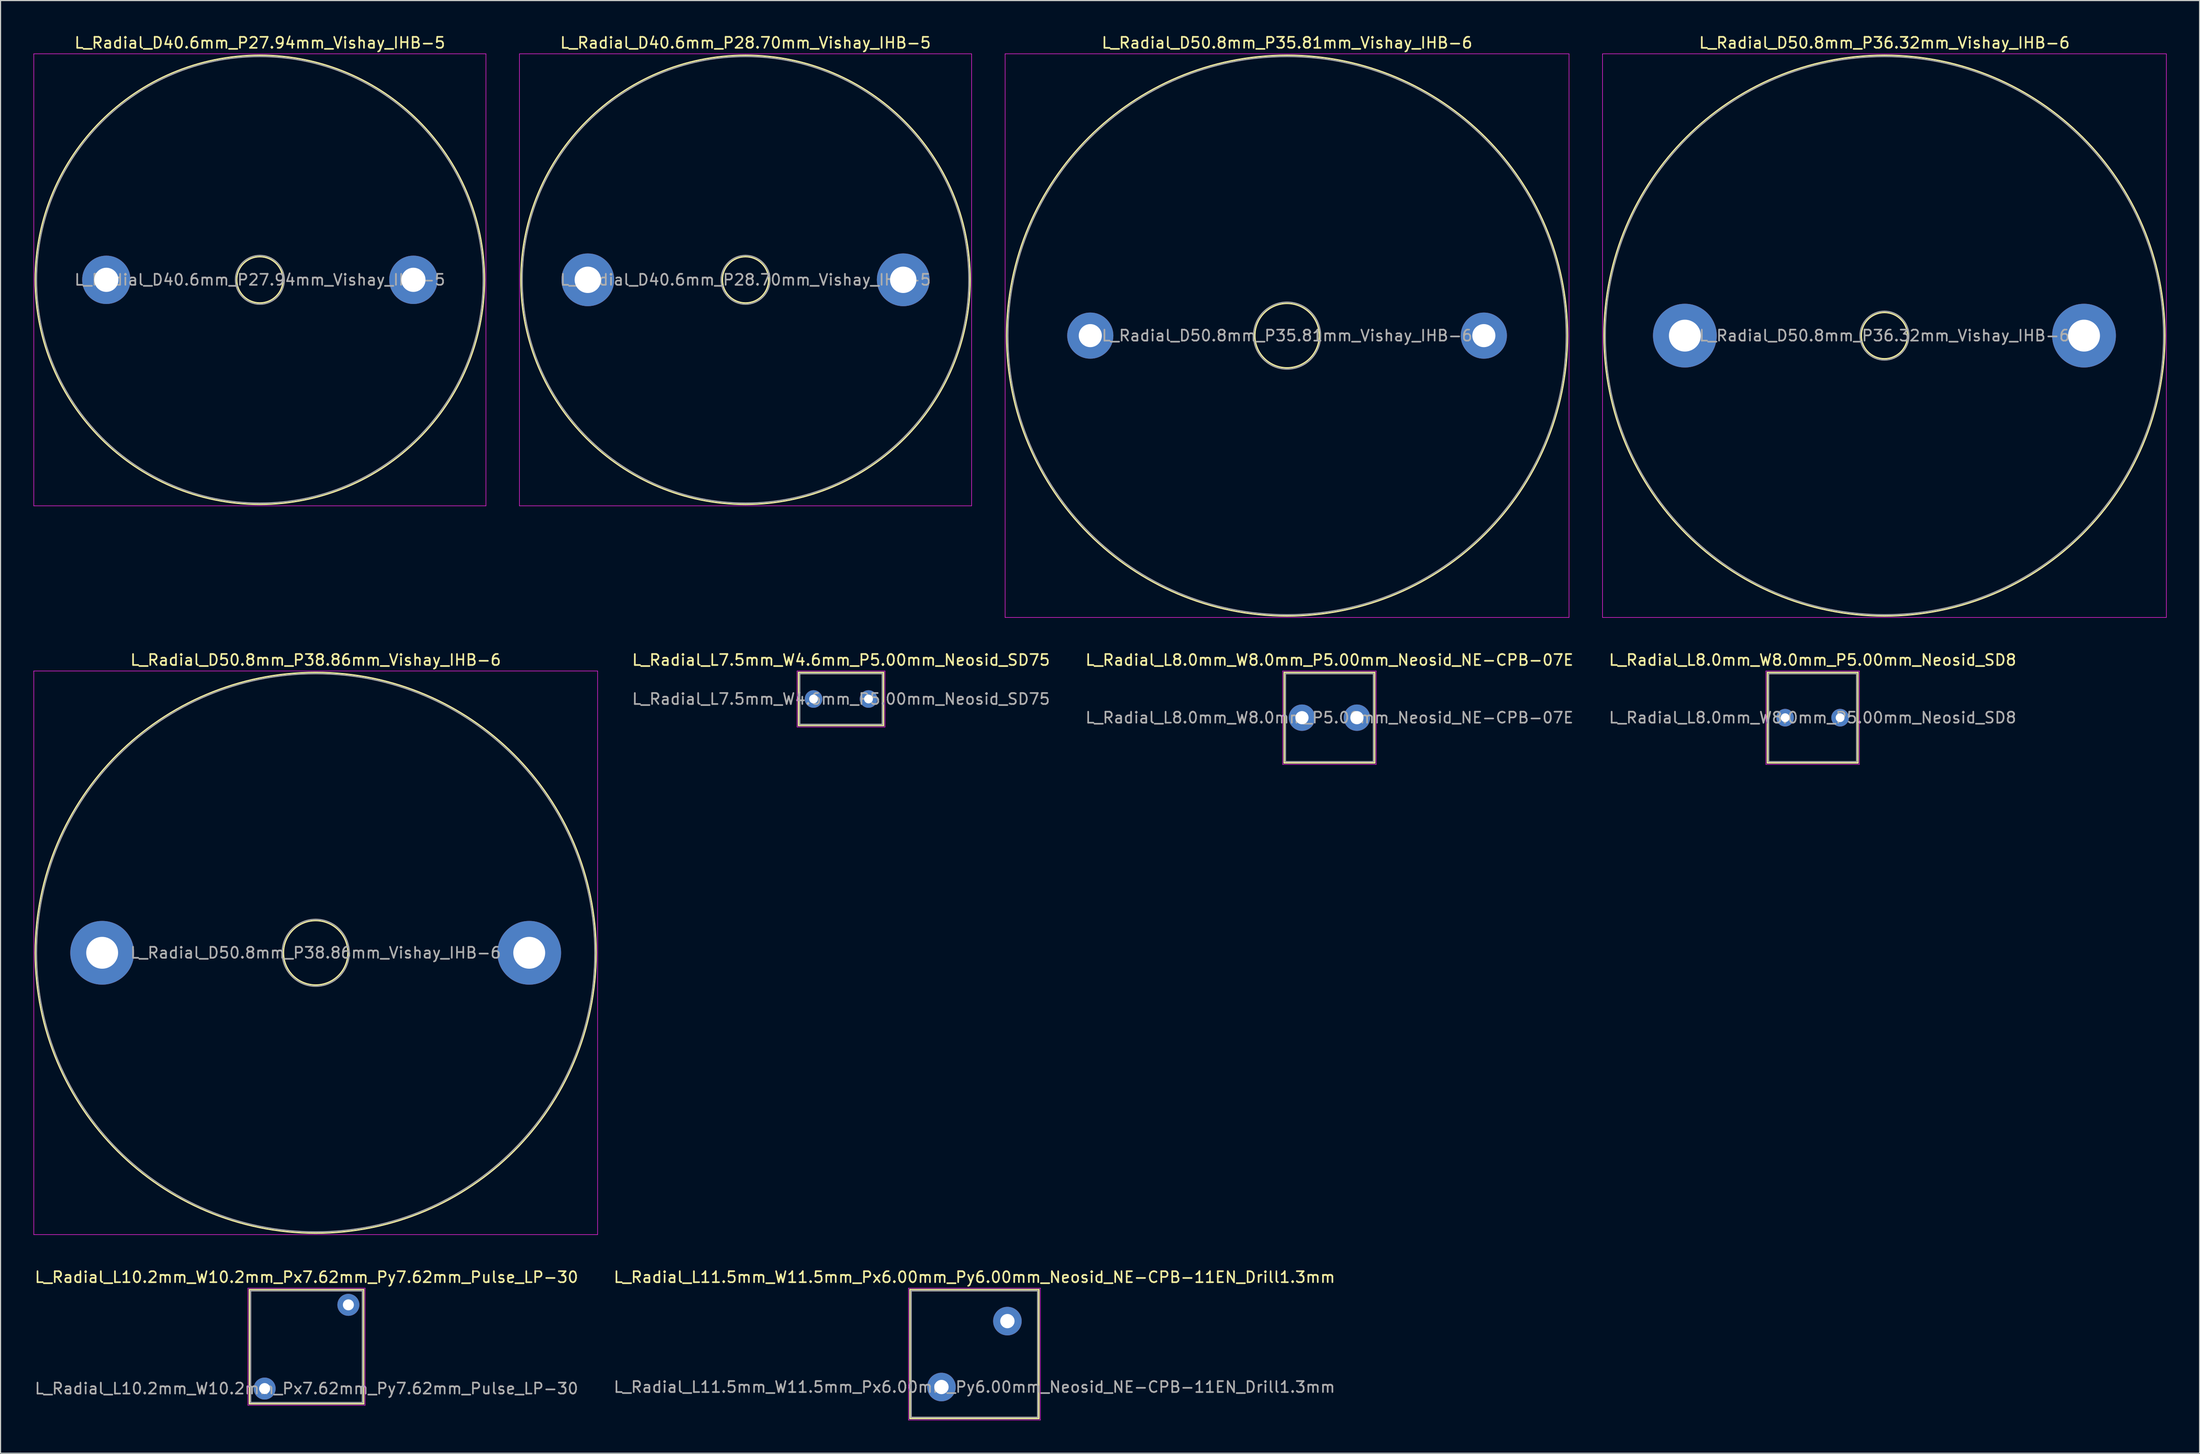
<source format=kicad_pcb>
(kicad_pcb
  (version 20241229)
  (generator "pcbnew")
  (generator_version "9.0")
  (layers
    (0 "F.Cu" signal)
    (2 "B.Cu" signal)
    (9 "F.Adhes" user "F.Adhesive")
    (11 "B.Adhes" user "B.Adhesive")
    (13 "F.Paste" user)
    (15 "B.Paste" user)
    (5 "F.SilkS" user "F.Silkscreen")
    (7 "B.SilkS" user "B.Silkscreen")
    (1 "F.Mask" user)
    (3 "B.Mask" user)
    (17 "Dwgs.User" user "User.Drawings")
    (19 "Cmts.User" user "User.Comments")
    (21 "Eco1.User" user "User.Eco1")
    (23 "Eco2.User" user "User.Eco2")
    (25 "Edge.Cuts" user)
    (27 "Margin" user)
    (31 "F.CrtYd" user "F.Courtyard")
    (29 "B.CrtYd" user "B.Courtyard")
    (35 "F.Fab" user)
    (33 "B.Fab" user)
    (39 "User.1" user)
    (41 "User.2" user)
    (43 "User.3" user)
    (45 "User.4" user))
  (footprint "L_Radial_L8.0mm_W8.0mm_P5.00mm_Neosid_SD8"
    (layer "F.Cu")
    (at 159.38 62.272)
    (property "Reference" "L_Radial_L8.0mm_W8.0mm_P5.00mm_Neosid_SD8" (at 2.5 -5.25 0) (layer "F.SilkS") (effects (font (size 1 1) (thickness 0.15))))
    (attr through_hole)
    (fp_line (start -1.62 -4.12) (end -1.62 4.12) (stroke (width 0.12) (type solid)) (layer "F.SilkS"))
    (fp_line (start -1.62 -4.12) (end 6.62 -4.12) (stroke (width 0.12) (type solid)) (layer "F.SilkS"))
    (fp_line (start -1.62 4.12) (end 6.62 4.12) (stroke (width 0.12) (type solid)) (layer "F.SilkS"))
    (fp_line (start 6.62 -4.12) (end 6.62 4.12) (stroke (width 0.12) (type solid)) (layer "F.SilkS"))
    (fp_line (start -1.75 -4.25) (end -1.75 4.25) (stroke (width 0.05) (type solid)) (layer "F.CrtYd"))
    (fp_line (start -1.75 4.25) (end 6.75 4.25) (stroke (width 0.05) (type solid)) (layer "F.CrtYd"))
    (fp_line (start 6.75 -4.25) (end -1.75 -4.25) (stroke (width 0.05) (type solid)) (layer "F.CrtYd"))
    (fp_line (start 6.75 4.25) (end 6.75 -4.25) (stroke (width 0.05) (type solid)) (layer "F.CrtYd"))
    (fp_line (start -1.5 -4) (end -1.5 4) (stroke (width 0.1) (type solid)) (layer "F.Fab"))
    (fp_line (start -1.5 4) (end 6.5 4) (stroke (width 0.1) (type solid)) (layer "F.Fab"))
    (fp_line (start 6.5 -4) (end -1.5 -4) (stroke (width 0.1) (type solid)) (layer "F.Fab"))
    (fp_line (start 6.5 4) (end 6.5 -4) (stroke (width 0.1) (type solid)) (layer "F.Fab"))
    (fp_text user "${REFERENCE}" (at 2.5 0 0) (layer "F.Fab") (effects (font (size 1 1) (thickness 0.15))))
    (pad "1" thru_hole circle (at 0 0) (size 1.6 1.6) (drill 0.8) (layers "*.Cu" "*.Mask"))
    (pad "2" thru_hole circle (at 5 0) (size 1.6 1.6) (drill 0.8) (layers "*.Cu" "*.Mask")))
  (footprint "L_Radial_L7.5mm_W4.6mm_P5.00mm_Neosid_SD75"
    (layer "F.Cu")
    (at 70.975 60.572)
    (property "Reference" "L_Radial_L7.5mm_W4.6mm_P5.00mm_Neosid_SD75" (at 2.5 -3.55 0) (layer "F.SilkS") (effects (font (size 1 1) (thickness 0.15))))
    (attr through_hole)
    (fp_line (start -1.37 -2.42) (end -1.37 2.42) (stroke (width 0.12) (type solid)) (layer "F.SilkS"))
    (fp_line (start -1.37 -2.42) (end 6.37 -2.42) (stroke (width 0.12) (type solid)) (layer "F.SilkS"))
    (fp_line (start -1.37 2.42) (end 6.37 2.42) (stroke (width 0.12) (type solid)) (layer "F.SilkS"))
    (fp_line (start 6.37 -2.42) (end 6.37 2.42) (stroke (width 0.12) (type solid)) (layer "F.SilkS"))
    (fp_line (start -1.5 -2.55) (end -1.5 2.55) (stroke (width 0.05) (type solid)) (layer "F.CrtYd"))
    (fp_line (start -1.5 2.55) (end 6.5 2.55) (stroke (width 0.05) (type solid)) (layer "F.CrtYd"))
    (fp_line (start 6.5 -2.55) (end -1.5 -2.55) (stroke (width 0.05) (type solid)) (layer "F.CrtYd"))
    (fp_line (start 6.5 2.55) (end 6.5 -2.55) (stroke (width 0.05) (type solid)) (layer "F.CrtYd"))
    (fp_line (start -1.25 -2.3) (end -1.25 2.3) (stroke (width 0.1) (type solid)) (layer "F.Fab"))
    (fp_line (start -1.25 2.3) (end 6.25 2.3) (stroke (width 0.1) (type solid)) (layer "F.Fab"))
    (fp_line (start 6.25 -2.3) (end -1.25 -2.3) (stroke (width 0.1) (type solid)) (layer "F.Fab"))
    (fp_line (start 6.25 2.3) (end 6.25 -2.3) (stroke (width 0.1) (type solid)) (layer "F.Fab"))
    (fp_text user "${REFERENCE}" (at 2.5 0 0) (layer "F.Fab") (effects (font (size 1 1) (thickness 0.15))))
    (pad "1" thru_hole circle (at 0 0) (size 1.6 1.6) (drill 0.8) (layers "*.Cu" "*.Mask"))
    (pad "2" thru_hole circle (at 5 0) (size 1.6 1.6) (drill 0.8) (layers "*.Cu" "*.Mask")))
  (footprint "L_Radial_D50.8mm_P36.32mm_Vishay_IHB-6"
    (layer "F.Cu")
    (at 150.255 27.498)
    (property "Reference" "L_Radial_D50.8mm_P36.32mm_Vishay_IHB-6" (at 18.16 -26.65 0) (layer "F.SilkS") (effects (font (size 1 1) (thickness 0.15))))
    (attr through_hole)
    (fp_circle (center 18.16 0) (end 20.265 0) (stroke (width 0.12) (type solid)) (fill no) (layer "F.SilkS"))
    (fp_circle (center 18.16 0) (end 43.68 0) (stroke (width 0.12) (type solid)) (fill no) (layer "F.SilkS"))
    (fp_line (start -7.49 -25.65) (end -7.49 25.65) (stroke (width 0.05) (type solid)) (layer "F.CrtYd"))
    (fp_line (start -7.49 25.65) (end 43.81 25.65) (stroke (width 0.05) (type solid)) (layer "F.CrtYd"))
    (fp_line (start 43.81 -25.65) (end -7.49 -25.65) (stroke (width 0.05) (type solid)) (layer "F.CrtYd"))
    (fp_line (start 43.81 25.65) (end 43.81 -25.65) (stroke (width 0.05) (type solid)) (layer "F.CrtYd"))
    (fp_circle (center 18.16 0) (end 20.385 0) (stroke (width 0.1) (type solid)) (fill no) (layer "F.Fab"))
    (fp_circle (center 18.16 0) (end 43.56 0) (stroke (width 0.1) (type solid)) (fill no) (layer "F.Fab"))
    (fp_text user "${REFERENCE}" (at 18.16 0 0) (layer "F.Fab") (effects (font (size 1 1) (thickness 0.15))))
    (pad "1" thru_hole circle (at 0 0) (size 5.8 5.8) (drill 2.9) (layers "*.Cu" "*.Mask"))
    (pad "2" thru_hole circle (at 36.32 0) (size 5.8 5.8) (drill 2.9) (layers "*.Cu" "*.Mask")))
  (footprint "L_Radial_D40.6mm_P28.70mm_Vishay_IHB-5"
    (layer "F.Cu")
    (at 50.435 22.418)
    (property "Reference" "L_Radial_D40.6mm_P28.70mm_Vishay_IHB-5" (at 14.35 -21.57 0) (layer "F.SilkS") (effects (font (size 1 1) (thickness 0.15))))
    (attr through_hole)
    (fp_circle (center 14.35 0) (end 16.455 0) (stroke (width 0.12) (type solid)) (fill no) (layer "F.SilkS"))
    (fp_circle (center 14.35 0) (end 34.79 0) (stroke (width 0.12) (type solid)) (fill no) (layer "F.SilkS"))
    (fp_line (start -6.22 -20.57) (end -6.22 20.57) (stroke (width 0.05) (type solid)) (layer "F.CrtYd"))
    (fp_line (start -6.22 20.57) (end 34.92 20.57) (stroke (width 0.05) (type solid)) (layer "F.CrtYd"))
    (fp_line (start 34.92 -20.57) (end -6.22 -20.57) (stroke (width 0.05) (type solid)) (layer "F.CrtYd"))
    (fp_line (start 34.92 20.57) (end 34.92 -20.57) (stroke (width 0.05) (type solid)) (layer "F.CrtYd"))
    (fp_circle (center 14.35 0) (end 16.575 0) (stroke (width 0.1) (type solid)) (fill no) (layer "F.Fab"))
    (fp_circle (center 14.35 0) (end 34.67 0) (stroke (width 0.1) (type solid)) (fill no) (layer "F.Fab"))
    (fp_text user "${REFERENCE}" (at 14.35 0 0) (layer "F.Fab") (effects (font (size 1 1) (thickness 0.15))))
    (pad "1" thru_hole circle (at 0 0) (size 4.8 4.8) (drill 2.4) (layers "*.Cu" "*.Mask"))
    (pad "2" thru_hole circle (at 28.7 0) (size 4.8 4.8) (drill 2.4) (layers "*.Cu" "*.Mask")))
  (footprint "L_Radial_D50.8mm_P35.81mm_Vishay_IHB-6"
    (layer "F.Cu")
    (at 96.155 27.498)
    (property "Reference" "L_Radial_D50.8mm_P35.81mm_Vishay_IHB-6" (at 17.905 -26.65 0) (layer "F.SilkS") (effects (font (size 1 1) (thickness 0.15))))
    (attr through_hole)
    (fp_circle (center 17.905 0) (end 20.835 0) (stroke (width 0.12) (type solid)) (fill no) (layer "F.SilkS"))
    (fp_circle (center 17.905 0) (end 43.425 0) (stroke (width 0.12) (type solid)) (fill no) (layer "F.SilkS"))
    (fp_line (start -7.75 -25.65) (end -7.75 25.65) (stroke (width 0.05) (type solid)) (layer "F.CrtYd"))
    (fp_line (start -7.75 25.65) (end 43.56 25.65) (stroke (width 0.05) (type solid)) (layer "F.CrtYd"))
    (fp_line (start 43.56 -25.65) (end -7.75 -25.65) (stroke (width 0.05) (type solid)) (layer "F.CrtYd"))
    (fp_line (start 43.56 25.65) (end 43.56 -25.65) (stroke (width 0.05) (type solid)) (layer "F.CrtYd"))
    (fp_circle (center 17.905 0) (end 20.955 0) (stroke (width 0.1) (type solid)) (fill no) (layer "F.Fab"))
    (fp_circle (center 17.905 0) (end 43.305 0) (stroke (width 0.1) (type solid)) (fill no) (layer "F.Fab"))
    (fp_text user "${REFERENCE}" (at 17.905 0 0) (layer "F.Fab") (effects (font (size 1 1) (thickness 0.15))))
    (pad "1" thru_hole circle (at 0 0) (size 4.2 4.2) (drill 2.1) (layers "*.Cu" "*.Mask"))
    (pad "2" thru_hole circle (at 35.81 0) (size 4.2 4.2) (drill 2.1) (layers "*.Cu" "*.Mask")))
  (footprint "L_Radial_L11.5mm_W11.5mm_Px6.00mm_Py6.00mm_Neosid_NE-CPB-11EN_Drill1.3mm"
    (layer "F.Cu")
    (at 82.613 123.195)
    (property "Reference" "L_Radial_L11.5mm_W11.5mm_Px6.00mm_Py6.00mm_Neosid_NE-CPB-11EN_Drill1.3mm" (at 3 -10 0) (layer "F.SilkS") (effects (font (size 1 1) (thickness 0.15))))
    (attr through_hole)
    (fp_line (start -2.87 -8.87) (end -2.87 2.87) (stroke (width 0.12) (type solid)) (layer "F.SilkS"))
    (fp_line (start -2.87 -8.87) (end 8.87 -8.87) (stroke (width 0.12) (type solid)) (layer "F.SilkS"))
    (fp_line (start -2.87 2.87) (end 8.87 2.87) (stroke (width 0.12) (type solid)) (layer "F.SilkS"))
    (fp_line (start 8.87 -8.87) (end 8.87 2.87) (stroke (width 0.12) (type solid)) (layer "F.SilkS"))
    (fp_line (start -3 -9) (end -3 3) (stroke (width 0.05) (type solid)) (layer "F.CrtYd"))
    (fp_line (start -3 3) (end 9 3) (stroke (width 0.05) (type solid)) (layer "F.CrtYd"))
    (fp_line (start 9 -9) (end -3 -9) (stroke (width 0.05) (type solid)) (layer "F.CrtYd"))
    (fp_line (start 9 3) (end 9 -9) (stroke (width 0.05) (type solid)) (layer "F.CrtYd"))
    (fp_line (start -2.75 -8.75) (end -2.75 2.75) (stroke (width 0.1) (type solid)) (layer "F.Fab"))
    (fp_line (start -2.75 2.75) (end 8.75 2.75) (stroke (width 0.1) (type solid)) (layer "F.Fab"))
    (fp_line (start 8.75 -8.75) (end -2.75 -8.75) (stroke (width 0.1) (type solid)) (layer "F.Fab"))
    (fp_line (start 8.75 2.75) (end 8.75 -8.75) (stroke (width 0.1) (type solid)) (layer "F.Fab"))
    (fp_text user "${REFERENCE}" (at 3 0 0) (layer "F.Fab") (effects (font (size 1 1) (thickness 0.15))))
    (pad "1" thru_hole circle (at 0 0) (size 2.6 2.6) (drill 1.3) (layers "*.Cu" "*.Mask"))
    (pad "2" thru_hole circle (at 6 -6) (size 2.6 2.6) (drill 1.3) (layers "*.Cu" "*.Mask")))
  (footprint "L_Radial_L10.2mm_W10.2mm_Px7.62mm_Py7.62mm_Pulse_LP-30"
    (layer "F.Cu")
    (at 21.029 123.335)
    (property "Reference" "L_Radial_L10.2mm_W10.2mm_Px7.62mm_Py7.62mm_Pulse_LP-30" (at 3.81 -10.14 0) (layer "F.SilkS") (effects (font (size 1 1) (thickness 0.15))))
    (attr through_hole)
    (fp_line (start -1.39 -9.01) (end -1.39 1.39) (stroke (width 0.12) (type solid)) (layer "F.SilkS"))
    (fp_line (start -1.39 -9.01) (end 9.01 -9.01) (stroke (width 0.12) (type solid)) (layer "F.SilkS"))
    (fp_line (start -1.39 1.39) (end 9.01 1.39) (stroke (width 0.12) (type solid)) (layer "F.SilkS"))
    (fp_line (start 9.01 -9.01) (end 9.01 1.39) (stroke (width 0.12) (type solid)) (layer "F.SilkS"))
    (fp_line (start -1.52 -9.14) (end -1.52 1.52) (stroke (width 0.05) (type solid)) (layer "F.CrtYd"))
    (fp_line (start -1.52 1.52) (end 9.14 1.52) (stroke (width 0.05) (type solid)) (layer "F.CrtYd"))
    (fp_line (start 9.14 -9.14) (end -1.52 -9.14) (stroke (width 0.05) (type solid)) (layer "F.CrtYd"))
    (fp_line (start 9.14 1.52) (end 9.14 -9.14) (stroke (width 0.05) (type solid)) (layer "F.CrtYd"))
    (fp_line (start -1.27 -8.89) (end -1.27 1.27) (stroke (width 0.1) (type solid)) (layer "F.Fab"))
    (fp_line (start -1.27 1.27) (end 8.89 1.27) (stroke (width 0.1) (type solid)) (layer "F.Fab"))
    (fp_line (start 8.89 -8.89) (end -1.27 -8.89) (stroke (width 0.1) (type solid)) (layer "F.Fab"))
    (fp_line (start 8.89 1.27) (end 8.89 -8.89) (stroke (width 0.1) (type solid)) (layer "F.Fab"))
    (fp_text user "${REFERENCE}" (at 3.81 0 0) (layer "F.Fab") (effects (font (size 1 1) (thickness 0.15))))
    (pad "1" thru_hole circle (at 0 0) (size 2 2) (drill 1) (layers "*.Cu" "*.Mask"))
    (pad "2" thru_hole circle (at 7.62 -7.62) (size 2 2) (drill 1) (layers "*.Cu" "*.Mask")))
  (footprint "L_Radial_D40.6mm_P27.94mm_Vishay_IHB-5"
    (layer "F.Cu")
    (at 6.625 22.418)
    (property "Reference" "L_Radial_D40.6mm_P27.94mm_Vishay_IHB-5" (at 13.97 -21.57 0) (layer "F.SilkS") (effects (font (size 1 1) (thickness 0.15))))
    (attr through_hole)
    (fp_circle (center 13.97 0) (end 16.075 0) (stroke (width 0.12) (type solid)) (fill no) (layer "F.SilkS"))
    (fp_circle (center 13.97 0) (end 34.41 0) (stroke (width 0.12) (type solid)) (fill no) (layer "F.SilkS"))
    (fp_line (start -6.6 -20.57) (end -6.6 20.57) (stroke (width 0.05) (type solid)) (layer "F.CrtYd"))
    (fp_line (start -6.6 20.57) (end 34.54 20.57) (stroke (width 0.05) (type solid)) (layer "F.CrtYd"))
    (fp_line (start 34.54 -20.57) (end -6.6 -20.57) (stroke (width 0.05) (type solid)) (layer "F.CrtYd"))
    (fp_line (start 34.54 20.57) (end 34.54 -20.57) (stroke (width 0.05) (type solid)) (layer "F.CrtYd"))
    (fp_circle (center 13.97 0) (end 16.195 0) (stroke (width 0.1) (type solid)) (fill no) (layer "F.Fab"))
    (fp_circle (center 13.97 0) (end 34.29 0) (stroke (width 0.1) (type solid)) (fill no) (layer "F.Fab"))
    (fp_text user "${REFERENCE}" (at 13.97 0 0) (layer "F.Fab") (effects (font (size 1 1) (thickness 0.15))))
    (pad "1" thru_hole circle (at 0 0) (size 4.4 4.4) (drill 2.2) (layers "*.Cu" "*.Mask"))
    (pad "2" thru_hole circle (at 27.94 0) (size 4.4 4.4) (drill 2.2) (layers "*.Cu" "*.Mask")))
  (footprint "L_Radial_D50.8mm_P38.86mm_Vishay_IHB-6"
    (layer "F.Cu")
    (at 6.245 83.671)
    (property "Reference" "L_Radial_D50.8mm_P38.86mm_Vishay_IHB-6" (at 19.43 -26.65 0) (layer "F.SilkS") (effects (font (size 1 1) (thickness 0.15))))
    (attr through_hole)
    (fp_circle (center 19.43 0) (end 22.36 0) (stroke (width 0.12) (type solid)) (fill no) (layer "F.SilkS"))
    (fp_circle (center 19.43 0) (end 44.95 0) (stroke (width 0.12) (type solid)) (fill no) (layer "F.SilkS"))
    (fp_line (start -6.22 -25.65) (end -6.22 25.65) (stroke (width 0.05) (type solid)) (layer "F.CrtYd"))
    (fp_line (start -6.22 25.65) (end 45.08 25.65) (stroke (width 0.05) (type solid)) (layer "F.CrtYd"))
    (fp_line (start 45.08 -25.65) (end -6.22 -25.65) (stroke (width 0.05) (type solid)) (layer "F.CrtYd"))
    (fp_line (start 45.08 25.65) (end 45.08 -25.65) (stroke (width 0.05) (type solid)) (layer "F.CrtYd"))
    (fp_circle (center 19.43 0) (end 22.48 0) (stroke (width 0.1) (type solid)) (fill no) (layer "F.Fab"))
    (fp_circle (center 19.43 0) (end 44.83 0) (stroke (width 0.1) (type solid)) (fill no) (layer "F.Fab"))
    (fp_text user "${REFERENCE}" (at 19.43 0 0) (layer "F.Fab") (effects (font (size 1 1) (thickness 0.15))))
    (pad "1" thru_hole circle (at 0 0) (size 5.8 5.8) (drill 2.9) (layers "*.Cu" "*.Mask"))
    (pad "2" thru_hole circle (at 38.86 0) (size 5.8 5.8) (drill 2.9) (layers "*.Cu" "*.Mask")))
  (footprint "L_Radial_L8.0mm_W8.0mm_P5.00mm_Neosid_NE-CPB-07E"
    (layer "F.Cu")
    (at 115.415 62.272)
    (property "Reference" "L_Radial_L8.0mm_W8.0mm_P5.00mm_Neosid_NE-CPB-07E" (at 2.5 -5.25 0) (layer "F.SilkS") (effects (font (size 1 1) (thickness 0.15))))
    (attr through_hole)
    (fp_line (start -1.62 -4.12) (end -1.62 4.12) (stroke (width 0.12) (type solid)) (layer "F.SilkS"))
    (fp_line (start -1.62 -4.12) (end 6.62 -4.12) (stroke (width 0.12) (type solid)) (layer "F.SilkS"))
    (fp_line (start -1.62 4.12) (end 6.62 4.12) (stroke (width 0.12) (type solid)) (layer "F.SilkS"))
    (fp_line (start 6.62 -4.12) (end 6.62 4.12) (stroke (width 0.12) (type solid)) (layer "F.SilkS"))
    (fp_line (start -1.75 -4.25) (end -1.75 4.25) (stroke (width 0.05) (type solid)) (layer "F.CrtYd"))
    (fp_line (start -1.75 4.25) (end 6.75 4.25) (stroke (width 0.05) (type solid)) (layer "F.CrtYd"))
    (fp_line (start 6.75 -4.25) (end -1.75 -4.25) (stroke (width 0.05) (type solid)) (layer "F.CrtYd"))
    (fp_line (start 6.75 4.25) (end 6.75 -4.25) (stroke (width 0.05) (type solid)) (layer "F.CrtYd"))
    (fp_line (start -1.5 -4) (end -1.5 4) (stroke (width 0.1) (type solid)) (layer "F.Fab"))
    (fp_line (start -1.5 4) (end 6.5 4) (stroke (width 0.1) (type solid)) (layer "F.Fab"))
    (fp_line (start 6.5 -4) (end -1.5 -4) (stroke (width 0.1) (type solid)) (layer "F.Fab"))
    (fp_line (start 6.5 4) (end 6.5 -4) (stroke (width 0.1) (type solid)) (layer "F.Fab"))
    (fp_text user "${REFERENCE}" (at 2.5 0 0) (layer "F.Fab") (effects (font (size 1 1) (thickness 0.15))))
    (pad "1" thru_hole circle (at 0 0) (size 2.4 2.4) (drill 1.2) (layers "*.Cu" "*.Mask"))
    (pad "2" thru_hole circle (at 5 0) (size 2.4 2.4) (drill 1.2) (layers "*.Cu" "*.Mask")))
  (gr_rect
    (start -3 -3)
    (end 197.09 129.22)
    (stroke (width 0.1) (type default))
    (fill no)
    (layer "Edge.Cuts")))
</source>
